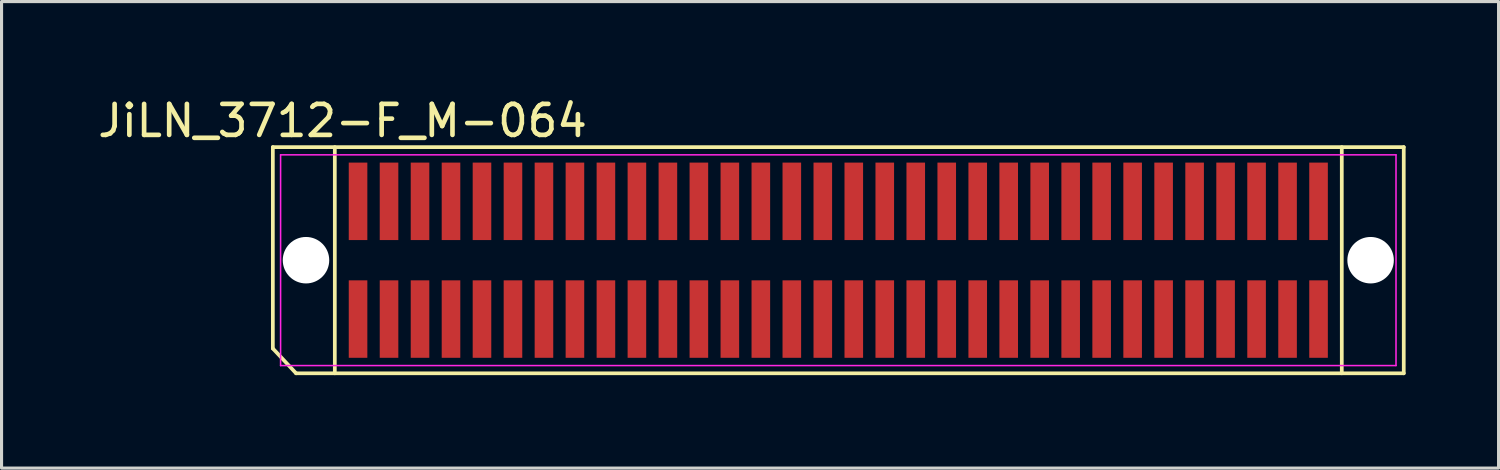
<source format=kicad_pcb>
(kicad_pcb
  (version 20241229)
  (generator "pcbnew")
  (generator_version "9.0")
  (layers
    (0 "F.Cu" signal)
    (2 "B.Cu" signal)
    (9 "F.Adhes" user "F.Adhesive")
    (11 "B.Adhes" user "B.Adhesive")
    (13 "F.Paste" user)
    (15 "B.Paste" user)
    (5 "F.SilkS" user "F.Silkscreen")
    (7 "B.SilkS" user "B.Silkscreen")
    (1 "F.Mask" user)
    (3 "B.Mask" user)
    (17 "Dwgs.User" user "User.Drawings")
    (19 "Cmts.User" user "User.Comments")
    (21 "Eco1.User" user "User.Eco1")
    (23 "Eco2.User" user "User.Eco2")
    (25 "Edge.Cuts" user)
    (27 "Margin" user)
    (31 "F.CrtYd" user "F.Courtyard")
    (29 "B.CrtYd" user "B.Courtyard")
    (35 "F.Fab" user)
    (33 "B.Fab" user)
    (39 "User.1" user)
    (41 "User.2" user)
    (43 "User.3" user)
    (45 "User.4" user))
  (footprint "JiLN_3712-F_M-064"
    (layer "F.Cu")
    (at 24.006 5.348)
    (property "Reference" "JiLN_3712-F_M-064" (at -16 -4.5 180) (layer "F.SilkS") (effects (font (size 1 1) (thickness 0.15))))
    (attr through_hole)
    (fp_line (start -18.25 -3.65) (end 18.25 -3.65) (stroke (width 0.12) (type solid)) (layer "F.SilkS"))
    (fp_line (start -18.25 2.85) (end -18.25 -3.65) (stroke (width 0.12) (type solid)) (layer "F.SilkS"))
    (fp_line (start -17.5 3.65) (end -18.25 2.85) (stroke (width 0.12) (type solid)) (layer "F.SilkS"))
    (fp_line (start -16.25 -3.65) (end -16.25 3.65) (stroke (width 0.12) (type solid)) (layer "F.SilkS"))
    (fp_line (start 16.25 -3.65) (end 16.25 3.65) (stroke (width 0.12) (type solid)) (layer "F.SilkS"))
    (fp_line (start 18.25 -3.65) (end 18.25 3.65) (stroke (width 0.12) (type solid)) (layer "F.SilkS"))
    (fp_line (start 18.25 3.65) (end -17.5 3.65) (stroke (width 0.12) (type solid)) (layer "F.SilkS"))
    (fp_line (start -18 -3.4) (end 18 -3.4) (stroke (width 0.05) (type solid)) (layer "F.CrtYd"))
    (fp_line (start -18 3.4) (end -18 -3.4) (stroke (width 0.05) (type solid)) (layer "F.CrtYd"))
    (fp_line (start 18 -3.4) (end 18 3.4) (stroke (width 0.05) (type solid)) (layer "F.CrtYd"))
    (fp_line (start 18 3.4) (end -18 3.4) (stroke (width 0.05) (type solid)) (layer "F.CrtYd"))
    (pad "" np_thru_hole circle (at -17.18 0) (size 1.5 1.5) (drill 1.5) (layers "*.Cu" "*.Mask"))
    (pad "" np_thru_hole circle (at 17.18 0) (size 1.5 1.5) (drill 1.5) (layers "*.Cu" "*.Mask"))
    (pad "1" smd rect (at -15.5 1.9) (size 0.6 2.5) (layers "F.Cu" "F.Mask" "F.Paste"))
    (pad "2" smd rect (at -14.5 1.9) (size 0.6 2.5) (layers "F.Cu" "F.Mask" "F.Paste"))
    (pad "3" smd rect (at -13.5 1.9) (size 0.6 2.5) (layers "F.Cu" "F.Mask" "F.Paste"))
    (pad "4" smd rect (at -12.5 1.9) (size 0.6 2.5) (layers "F.Cu" "F.Mask" "F.Paste"))
    (pad "5" smd rect (at -11.5 1.9) (size 0.6 2.5) (layers "F.Cu" "F.Mask" "F.Paste"))
    (pad "6" smd rect (at -10.5 1.9) (size 0.6 2.5) (layers "F.Cu" "F.Mask" "F.Paste"))
    (pad "7" smd rect (at -9.5 1.9) (size 0.6 2.5) (layers "F.Cu" "F.Mask" "F.Paste"))
    (pad "8" smd rect (at -8.5 1.9) (size 0.6 2.5) (layers "F.Cu" "F.Mask" "F.Paste"))
    (pad "9" smd rect (at -7.5 1.9) (size 0.6 2.5) (layers "F.Cu" "F.Mask" "F.Paste"))
    (pad "10" smd rect (at -6.5 1.9) (size 0.6 2.5) (layers "F.Cu" "F.Mask" "F.Paste"))
    (pad "11" smd rect (at -5.5 1.9) (size 0.6 2.5) (layers "F.Cu" "F.Mask" "F.Paste"))
    (pad "12" smd rect (at -4.5 1.9) (size 0.6 2.5) (layers "F.Cu" "F.Mask" "F.Paste"))
    (pad "13" smd rect (at -3.5 1.9) (size 0.6 2.5) (layers "F.Cu" "F.Mask" "F.Paste"))
    (pad "14" smd rect (at -2.5 1.9) (size 0.6 2.5) (layers "F.Cu" "F.Mask" "F.Paste"))
    (pad "15" smd rect (at -1.5 1.9) (size 0.6 2.5) (layers "F.Cu" "F.Mask" "F.Paste"))
    (pad "16" smd rect (at -0.5 1.9) (size 0.6 2.5) (layers "F.Cu" "F.Mask" "F.Paste"))
    (pad "17" smd rect (at 0.5 1.9) (size 0.6 2.5) (layers "F.Cu" "F.Mask" "F.Paste"))
    (pad "18" smd rect (at 1.5 1.9) (size 0.6 2.5) (layers "F.Cu" "F.Mask" "F.Paste"))
    (pad "19" smd rect (at 2.5 1.9) (size 0.6 2.5) (layers "F.Cu" "F.Mask" "F.Paste"))
    (pad "20" smd rect (at 3.5 1.9) (size 0.6 2.5) (layers "F.Cu" "F.Mask" "F.Paste"))
    (pad "21" smd rect (at 4.5 1.9) (size 0.6 2.5) (layers "F.Cu" "F.Mask" "F.Paste"))
    (pad "22" smd rect (at 5.5 1.9) (size 0.6 2.5) (layers "F.Cu" "F.Mask" "F.Paste"))
    (pad "23" smd rect (at 6.5 1.9) (size 0.6 2.5) (layers "F.Cu" "F.Mask" "F.Paste"))
    (pad "24" smd rect (at 7.5 1.9) (size 0.6 2.5) (layers "F.Cu" "F.Mask" "F.Paste"))
    (pad "25" smd rect (at 8.5 1.9) (size 0.6 2.5) (layers "F.Cu" "F.Mask" "F.Paste"))
    (pad "26" smd rect (at 9.5 1.9) (size 0.6 2.5) (layers "F.Cu" "F.Mask" "F.Paste"))
    (pad "27" smd rect (at 10.5 1.9) (size 0.6 2.5) (layers "F.Cu" "F.Mask" "F.Paste"))
    (pad "28" smd rect (at 11.5 1.9) (size 0.6 2.5) (layers "F.Cu" "F.Mask" "F.Paste"))
    (pad "29" smd rect (at 12.5 1.9) (size 0.6 2.5) (layers "F.Cu" "F.Mask" "F.Paste"))
    (pad "30" smd rect (at 13.5 1.9) (size 0.6 2.5) (layers "F.Cu" "F.Mask" "F.Paste"))
    (pad "31" smd rect (at 14.5 1.9) (size 0.6 2.5) (layers "F.Cu" "F.Mask" "F.Paste"))
    (pad "32" smd rect (at 15.5 1.9) (size 0.6 2.5) (layers "F.Cu" "F.Mask" "F.Paste"))
    (pad "33" smd rect (at 15.5 -1.9) (size 0.6 2.5) (layers "F.Cu" "F.Mask" "F.Paste"))
    (pad "34" smd rect (at 14.5 -1.9) (size 0.6 2.5) (layers "F.Cu" "F.Mask" "F.Paste"))
    (pad "35" smd rect (at 13.5 -1.9) (size 0.6 2.5) (layers "F.Cu" "F.Mask" "F.Paste"))
    (pad "36" smd rect (at 12.5 -1.9) (size 0.6 2.5) (layers "F.Cu" "F.Mask" "F.Paste"))
    (pad "37" smd rect (at 11.5 -1.9) (size 0.6 2.5) (layers "F.Cu" "F.Mask" "F.Paste"))
    (pad "38" smd rect (at 10.5 -1.9) (size 0.6 2.5) (layers "F.Cu" "F.Mask" "F.Paste"))
    (pad "39" smd rect (at 9.5 -1.9) (size 0.6 2.5) (layers "F.Cu" "F.Mask" "F.Paste"))
    (pad "40" smd rect (at 8.5 -1.9) (size 0.6 2.5) (layers "F.Cu" "F.Mask" "F.Paste"))
    (pad "41" smd rect (at 7.5 -1.9) (size 0.6 2.5) (layers "F.Cu" "F.Mask" "F.Paste"))
    (pad "42" smd rect (at 6.5 -1.9) (size 0.6 2.5) (layers "F.Cu" "F.Mask" "F.Paste"))
    (pad "43" smd rect (at 5.5 -1.9) (size 0.6 2.5) (layers "F.Cu" "F.Mask" "F.Paste"))
    (pad "44" smd rect (at 4.5 -1.9) (size 0.6 2.5) (layers "F.Cu" "F.Mask" "F.Paste"))
    (pad "45" smd rect (at 3.5 -1.9) (size 0.6 2.5) (layers "F.Cu" "F.Mask" "F.Paste"))
    (pad "46" smd rect (at 2.5 -1.9) (size 0.6 2.5) (layers "F.Cu" "F.Mask" "F.Paste"))
    (pad "47" smd rect (at 1.5 -1.9) (size 0.6 2.5) (layers "F.Cu" "F.Mask" "F.Paste"))
    (pad "48" smd rect (at 0.5 -1.9) (size 0.6 2.5) (layers "F.Cu" "F.Mask" "F.Paste"))
    (pad "49" smd rect (at -0.5 -1.9) (size 0.6 2.5) (layers "F.Cu" "F.Mask" "F.Paste"))
    (pad "50" smd rect (at -1.5 -1.9) (size 0.6 2.5) (layers "F.Cu" "F.Mask" "F.Paste"))
    (pad "51" smd rect (at -2.5 -1.9) (size 0.6 2.5) (layers "F.Cu" "F.Mask" "F.Paste"))
    (pad "52" smd rect (at -3.5 -1.9) (size 0.6 2.5) (layers "F.Cu" "F.Mask" "F.Paste"))
    (pad "53" smd rect (at -4.5 -1.9) (size 0.6 2.5) (layers "F.Cu" "F.Mask" "F.Paste"))
    (pad "54" smd rect (at -5.5 -1.9) (size 0.6 2.5) (layers "F.Cu" "F.Mask" "F.Paste"))
    (pad "55" smd rect (at -6.5 -1.9) (size 0.6 2.5) (layers "F.Cu" "F.Mask" "F.Paste"))
    (pad "56" smd rect (at -7.5 -1.9) (size 0.6 2.5) (layers "F.Cu" "F.Mask" "F.Paste"))
    (pad "57" smd rect (at -8.5 -1.9) (size 0.6 2.5) (layers "F.Cu" "F.Mask" "F.Paste"))
    (pad "58" smd rect (at -9.5 -1.9) (size 0.6 2.5) (layers "F.Cu" "F.Mask" "F.Paste"))
    (pad "59" smd rect (at -10.5 -1.9) (size 0.6 2.5) (layers "F.Cu" "F.Mask" "F.Paste"))
    (pad "60" smd rect (at -11.5 -1.9) (size 0.6 2.5) (layers "F.Cu" "F.Mask" "F.Paste"))
    (pad "61" smd rect (at -12.5 -1.9) (size 0.6 2.5) (layers "F.Cu" "F.Mask" "F.Paste"))
    (pad "62" smd rect (at -13.5 -1.9) (size 0.6 2.5) (layers "F.Cu" "F.Mask" "F.Paste"))
    (pad "63" smd rect (at -14.5 -1.9) (size 0.6 2.5) (layers "F.Cu" "F.Mask" "F.Paste"))
    (pad "64" smd rect (at -15.5 -1.9) (size 0.6 2.5) (layers "F.Cu" "F.Mask" "F.Paste")))
  (gr_rect
    (start -3 -3)
    (end 45.316 12.058)
    (stroke (width 0.1) (type default))
    (fill no)
    (layer "Edge.Cuts")))
</source>
